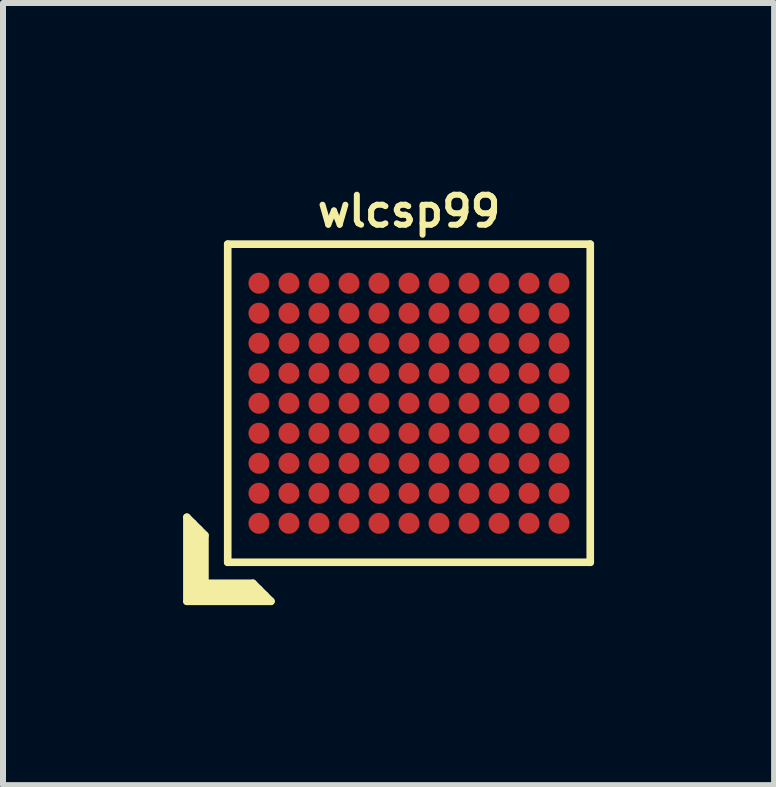
<source format=kicad_pcb>
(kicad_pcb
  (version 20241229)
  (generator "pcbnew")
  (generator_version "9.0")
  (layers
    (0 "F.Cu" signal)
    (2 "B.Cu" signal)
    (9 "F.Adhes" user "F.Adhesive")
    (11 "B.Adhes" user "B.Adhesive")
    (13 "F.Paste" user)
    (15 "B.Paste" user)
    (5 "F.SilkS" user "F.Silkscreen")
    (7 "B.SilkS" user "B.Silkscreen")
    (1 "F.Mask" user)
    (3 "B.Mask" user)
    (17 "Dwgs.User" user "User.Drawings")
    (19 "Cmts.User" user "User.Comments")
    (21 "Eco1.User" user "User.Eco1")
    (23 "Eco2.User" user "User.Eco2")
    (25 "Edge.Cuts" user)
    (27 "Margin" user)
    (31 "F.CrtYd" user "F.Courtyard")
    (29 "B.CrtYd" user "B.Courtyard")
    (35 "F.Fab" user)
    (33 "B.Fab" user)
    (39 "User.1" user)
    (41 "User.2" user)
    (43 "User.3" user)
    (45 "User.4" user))
  (footprint "wlcsp99"
    (layer "F.Cu")
    (at 3.764 3.668)
    (property "Reference" "wlcsp99" (at 0 -3.2 0) (layer "F.SilkS") (effects (font (size 0.5 0.5) (thickness 0.1))))
    (attr through_hole)
    (fp_line (start -3.7 1.9) (end -3.4 2.2) (stroke (width 0.127) (type solid)) (layer "F.SilkS"))
    (fp_line (start -3.7 3.3) (end -3.7 1.9) (stroke (width 0.127) (type solid)) (layer "F.SilkS"))
    (fp_line (start -3.6 3.2) (end -3.6 2) (stroke (width 0.127) (type solid)) (layer "F.SilkS"))
    (fp_line (start -3.5 2.1) (end -3.5 3.1) (stroke (width 0.127) (type solid)) (layer "F.SilkS"))
    (fp_line (start -3.5 3.1) (end -2.5 3.1) (stroke (width 0.127) (type solid)) (layer "F.SilkS"))
    (fp_line (start -3.4 2.2) (end -3.4 3) (stroke (width 0.127) (type solid)) (layer "F.SilkS"))
    (fp_line (start -3.4 3) (end -2.6 3) (stroke (width 0.127) (type solid)) (layer "F.SilkS"))
    (fp_line (start -3.02 -2.65) (end 3.02 -2.65) (stroke (width 0.127) (type solid)) (layer "F.SilkS"))
    (fp_line (start -3.02 2.65) (end -3.02 -2.65) (stroke (width 0.127) (type solid)) (layer "F.SilkS"))
    (fp_line (start -2.6 3) (end -2.3 3.3) (stroke (width 0.127) (type solid)) (layer "F.SilkS"))
    (fp_line (start -2.4 3.2) (end -3.6 3.2) (stroke (width 0.127) (type solid)) (layer "F.SilkS"))
    (fp_line (start -2.3 3.3) (end -3.7 3.3) (stroke (width 0.127) (type solid)) (layer "F.SilkS"))
    (fp_line (start 3.02 -2.65) (end 3.02 2.65) (stroke (width 0.127) (type solid)) (layer "F.SilkS"))
    (fp_line (start 3.02 2.65) (end -3.02 2.65) (stroke (width 0.127) (type solid)) (layer "F.SilkS"))
    (pad "A1" smd circle (at -2.5 2) (size 0.35 0.35) (layers "F.Cu" "F.Mask" "F.Paste"))
    (pad "A2" smd circle (at -2.5 1.5) (size 0.35 0.35) (layers "F.Cu" "F.Mask" "F.Paste"))
    (pad "A3" smd circle (at -2.5 1) (size 0.35 0.35) (layers "F.Cu" "F.Mask" "F.Paste"))
    (pad "A4" smd circle (at -2.5 0.5) (size 0.35 0.35) (layers "F.Cu" "F.Mask" "F.Paste"))
    (pad "A5" smd circle (at -2.5 0) (size 0.35 0.35) (layers "F.Cu" "F.Mask" "F.Paste"))
    (pad "A6" smd circle (at -2.5 -0.5) (size 0.35 0.35) (layers "F.Cu" "F.Mask" "F.Paste"))
    (pad "A7" smd circle (at -2.5 -1) (size 0.35 0.35) (layers "F.Cu" "F.Mask" "F.Paste"))
    (pad "A8" smd circle (at -2.5 -1.5) (size 0.35 0.35) (layers "F.Cu" "F.Mask" "F.Paste"))
    (pad "A9" smd circle (at -2.5 -2) (size 0.35 0.35) (layers "F.Cu" "F.Mask" "F.Paste"))
    (pad "B1" smd circle (at -2 2) (size 0.35 0.35) (layers "F.Cu" "F.Mask" "F.Paste"))
    (pad "B2" smd circle (at -2 1.5) (size 0.35 0.35) (layers "F.Cu" "F.Mask" "F.Paste"))
    (pad "B3" smd circle (at -2 1) (size 0.35 0.35) (layers "F.Cu" "F.Mask" "F.Paste"))
    (pad "B4" smd circle (at -2 0.5) (size 0.35 0.35) (layers "F.Cu" "F.Mask" "F.Paste"))
    (pad "B5" smd circle (at -2 0) (size 0.35 0.35) (layers "F.Cu" "F.Mask" "F.Paste"))
    (pad "B6" smd circle (at -2 -0.5) (size 0.35 0.35) (layers "F.Cu" "F.Mask" "F.Paste"))
    (pad "B7" smd circle (at -2 -1) (size 0.35 0.35) (layers "F.Cu" "F.Mask" "F.Paste"))
    (pad "B8" smd circle (at -2 -1.5) (size 0.35 0.35) (layers "F.Cu" "F.Mask" "F.Paste"))
    (pad "B9" smd circle (at -2 -2) (size 0.35 0.35) (layers "F.Cu" "F.Mask" "F.Paste"))
    (pad "C1" smd circle (at -1.5 2) (size 0.35 0.35) (layers "F.Cu" "F.Mask" "F.Paste"))
    (pad "C2" smd circle (at -1.5 1.5) (size 0.35 0.35) (layers "F.Cu" "F.Mask" "F.Paste"))
    (pad "C3" smd circle (at -1.5 1) (size 0.35 0.35) (layers "F.Cu" "F.Mask" "F.Paste"))
    (pad "C4" smd circle (at -1.5 0.5) (size 0.35 0.35) (layers "F.Cu" "F.Mask" "F.Paste"))
    (pad "C5" smd circle (at -1.5 0) (size 0.35 0.35) (layers "F.Cu" "F.Mask" "F.Paste"))
    (pad "C6" smd circle (at -1.5 -0.5) (size 0.35 0.35) (layers "F.Cu" "F.Mask" "F.Paste"))
    (pad "C7" smd circle (at -1.5 -1) (size 0.35 0.35) (layers "F.Cu" "F.Mask" "F.Paste"))
    (pad "C8" smd circle (at -1.5 -1.5) (size 0.35 0.35) (layers "F.Cu" "F.Mask" "F.Paste"))
    (pad "C9" smd circle (at -1.5 -2) (size 0.35 0.35) (layers "F.Cu" "F.Mask" "F.Paste"))
    (pad "D1" smd circle (at -1 2) (size 0.35 0.35) (layers "F.Cu" "F.Mask" "F.Paste"))
    (pad "D2" smd circle (at -1 1.5) (size 0.35 0.35) (layers "F.Cu" "F.Mask" "F.Paste"))
    (pad "D3" smd circle (at -1 1) (size 0.35 0.35) (layers "F.Cu" "F.Mask" "F.Paste"))
    (pad "D4" smd circle (at -1 0.5) (size 0.35 0.35) (layers "F.Cu" "F.Mask" "F.Paste"))
    (pad "D5" smd circle (at -1 0) (size 0.35 0.35) (layers "F.Cu" "F.Mask" "F.Paste"))
    (pad "D6" smd circle (at -1 -0.5) (size 0.35 0.35) (layers "F.Cu" "F.Mask" "F.Paste"))
    (pad "D7" smd circle (at -1 -1) (size 0.35 0.35) (layers "F.Cu" "F.Mask" "F.Paste"))
    (pad "D8" smd circle (at -1 -1.5) (size 0.35 0.35) (layers "F.Cu" "F.Mask" "F.Paste"))
    (pad "D9" smd circle (at -1 -2) (size 0.35 0.35) (layers "F.Cu" "F.Mask" "F.Paste"))
    (pad "E1" smd circle (at -0.5 2) (size 0.35 0.35) (layers "F.Cu" "F.Mask" "F.Paste"))
    (pad "E2" smd circle (at -0.5 1.5) (size 0.35 0.35) (layers "F.Cu" "F.Mask" "F.Paste"))
    (pad "E3" smd circle (at -0.5 1) (size 0.35 0.35) (layers "F.Cu" "F.Mask" "F.Paste"))
    (pad "E4" smd circle (at -0.5 0.5) (size 0.35 0.35) (layers "F.Cu" "F.Mask" "F.Paste"))
    (pad "E5" smd circle (at -0.5 0) (size 0.35 0.35) (layers "F.Cu" "F.Mask" "F.Paste"))
    (pad "E6" smd circle (at -0.5 -0.5) (size 0.35 0.35) (layers "F.Cu" "F.Mask" "F.Paste"))
    (pad "E7" smd circle (at -0.5 -1) (size 0.35 0.35) (layers "F.Cu" "F.Mask" "F.Paste"))
    (pad "E8" smd circle (at -0.5 -1.5) (size 0.35 0.35) (layers "F.Cu" "F.Mask" "F.Paste"))
    (pad "E9" smd circle (at -0.5 -2) (size 0.35 0.35) (layers "F.Cu" "F.Mask" "F.Paste"))
    (pad "F1" smd circle (at 0 2) (size 0.35 0.35) (layers "F.Cu" "F.Mask" "F.Paste"))
    (pad "F2" smd circle (at 0 1.5) (size 0.35 0.35) (layers "F.Cu" "F.Mask" "F.Paste"))
    (pad "F3" smd circle (at 0 1) (size 0.35 0.35) (layers "F.Cu" "F.Mask" "F.Paste"))
    (pad "F4" smd circle (at 0 0.5) (size 0.35 0.35) (layers "F.Cu" "F.Mask" "F.Paste"))
    (pad "F5" smd circle (at 0 0) (size 0.35 0.35) (layers "F.Cu" "F.Mask" "F.Paste"))
    (pad "F6" smd circle (at 0 -0.5) (size 0.35 0.35) (layers "F.Cu" "F.Mask" "F.Paste"))
    (pad "F7" smd circle (at 0 -1) (size 0.35 0.35) (layers "F.Cu" "F.Mask" "F.Paste"))
    (pad "F8" smd circle (at 0 -1.5) (size 0.35 0.35) (layers "F.Cu" "F.Mask" "F.Paste"))
    (pad "F9" smd circle (at 0 -2) (size 0.35 0.35) (layers "F.Cu" "F.Mask" "F.Paste"))
    (pad "G1" smd circle (at 0.5 2) (size 0.35 0.35) (layers "F.Cu" "F.Mask" "F.Paste"))
    (pad "G2" smd circle (at 0.5 1.5) (size 0.35 0.35) (layers "F.Cu" "F.Mask" "F.Paste"))
    (pad "G3" smd circle (at 0.5 1) (size 0.35 0.35) (layers "F.Cu" "F.Mask" "F.Paste"))
    (pad "G4" smd circle (at 0.5 0.5) (size 0.35 0.35) (layers "F.Cu" "F.Mask" "F.Paste"))
    (pad "G5" smd circle (at 0.5 0) (size 0.35 0.35) (layers "F.Cu" "F.Mask" "F.Paste"))
    (pad "G6" smd circle (at 0.5 -0.5) (size 0.35 0.35) (layers "F.Cu" "F.Mask" "F.Paste"))
    (pad "G7" smd circle (at 0.5 -1) (size 0.35 0.35) (layers "F.Cu" "F.Mask" "F.Paste"))
    (pad "G8" smd circle (at 0.5 -1.5) (size 0.35 0.35) (layers "F.Cu" "F.Mask" "F.Paste"))
    (pad "G9" smd circle (at 0.5 -2) (size 0.35 0.35) (layers "F.Cu" "F.Mask" "F.Paste"))
    (pad "H1" smd circle (at 1 2) (size 0.35 0.35) (layers "F.Cu" "F.Mask" "F.Paste"))
    (pad "H2" smd circle (at 1 1.5) (size 0.35 0.35) (layers "F.Cu" "F.Mask" "F.Paste"))
    (pad "H3" smd circle (at 1 1) (size 0.35 0.35) (layers "F.Cu" "F.Mask" "F.Paste"))
    (pad "H4" smd circle (at 1 0.5) (size 0.35 0.35) (layers "F.Cu" "F.Mask" "F.Paste"))
    (pad "H5" smd circle (at 1 0) (size 0.35 0.35) (layers "F.Cu" "F.Mask" "F.Paste"))
    (pad "H6" smd circle (at 1 -0.5) (size 0.35 0.35) (layers "F.Cu" "F.Mask" "F.Paste"))
    (pad "H7" smd circle (at 1 -1) (size 0.35 0.35) (layers "F.Cu" "F.Mask" "F.Paste"))
    (pad "H8" smd circle (at 1 -1.5) (size 0.35 0.35) (layers "F.Cu" "F.Mask" "F.Paste"))
    (pad "H9" smd circle (at 1 -2) (size 0.35 0.35) (layers "F.Cu" "F.Mask" "F.Paste"))
    (pad "J1" smd circle (at 1.5 2) (size 0.35 0.35) (layers "F.Cu" "F.Mask" "F.Paste"))
    (pad "J2" smd circle (at 1.5 1.5) (size 0.35 0.35) (layers "F.Cu" "F.Mask" "F.Paste"))
    (pad "J3" smd circle (at 1.5 1) (size 0.35 0.35) (layers "F.Cu" "F.Mask" "F.Paste"))
    (pad "J4" smd circle (at 1.5 0.5) (size 0.35 0.35) (layers "F.Cu" "F.Mask" "F.Paste"))
    (pad "J5" smd circle (at 1.5 0) (size 0.35 0.35) (layers "F.Cu" "F.Mask" "F.Paste"))
    (pad "J6" smd circle (at 1.5 -0.5) (size 0.35 0.35) (layers "F.Cu" "F.Mask" "F.Paste"))
    (pad "J7" smd circle (at 1.5 -1) (size 0.35 0.35) (layers "F.Cu" "F.Mask" "F.Paste"))
    (pad "J8" smd circle (at 1.5 -1.5) (size 0.35 0.35) (layers "F.Cu" "F.Mask" "F.Paste"))
    (pad "J9" smd circle (at 1.5 -2) (size 0.35 0.35) (layers "F.Cu" "F.Mask" "F.Paste"))
    (pad "K1" smd circle (at 2 2) (size 0.35 0.35) (layers "F.Cu" "F.Mask" "F.Paste"))
    (pad "K2" smd circle (at 2 1.5) (size 0.35 0.35) (layers "F.Cu" "F.Mask" "F.Paste"))
    (pad "K3" smd circle (at 2 1) (size 0.35 0.35) (layers "F.Cu" "F.Mask" "F.Paste"))
    (pad "K4" smd circle (at 2 0.5) (size 0.35 0.35) (layers "F.Cu" "F.Mask" "F.Paste"))
    (pad "K5" smd circle (at 2 0) (size 0.35 0.35) (layers "F.Cu" "F.Mask" "F.Paste"))
    (pad "K6" smd circle (at 2 -0.5) (size 0.35 0.35) (layers "F.Cu" "F.Mask" "F.Paste"))
    (pad "K7" smd circle (at 2 -1) (size 0.35 0.35) (layers "F.Cu" "F.Mask" "F.Paste"))
    (pad "K8" smd circle (at 2 -1.5) (size 0.35 0.35) (layers "F.Cu" "F.Mask" "F.Paste"))
    (pad "K9" smd circle (at 2 -2) (size 0.35 0.35) (layers "F.Cu" "F.Mask" "F.Paste"))
    (pad "L1" smd circle (at 2.5 2) (size 0.35 0.35) (layers "F.Cu" "F.Mask" "F.Paste"))
    (pad "L2" smd circle (at 2.5 1.5) (size 0.35 0.35) (layers "F.Cu" "F.Mask" "F.Paste"))
    (pad "L3" smd circle (at 2.5 1) (size 0.35 0.35) (layers "F.Cu" "F.Mask" "F.Paste"))
    (pad "L4" smd circle (at 2.5 0.5) (size 0.35 0.35) (layers "F.Cu" "F.Mask" "F.Paste"))
    (pad "L5" smd circle (at 2.5 0) (size 0.35 0.35) (layers "F.Cu" "F.Mask" "F.Paste"))
    (pad "L6" smd circle (at 2.5 -0.5) (size 0.35 0.35) (layers "F.Cu" "F.Mask" "F.Paste"))
    (pad "L7" smd circle (at 2.5 -1) (size 0.35 0.35) (layers "F.Cu" "F.Mask" "F.Paste"))
    (pad "L8" smd circle (at 2.5 -1.5) (size 0.35 0.35) (layers "F.Cu" "F.Mask" "F.Paste"))
    (pad "L9" smd circle (at 2.5 -2) (size 0.35 0.35) (layers "F.Cu" "F.Mask" "F.Paste")))
  (gr_rect
    (start -3 -3)
    (end 9.847 10.031)
    (stroke (width 0.1) (type default))
    (fill no)
    (layer "Edge.Cuts")))
</source>
